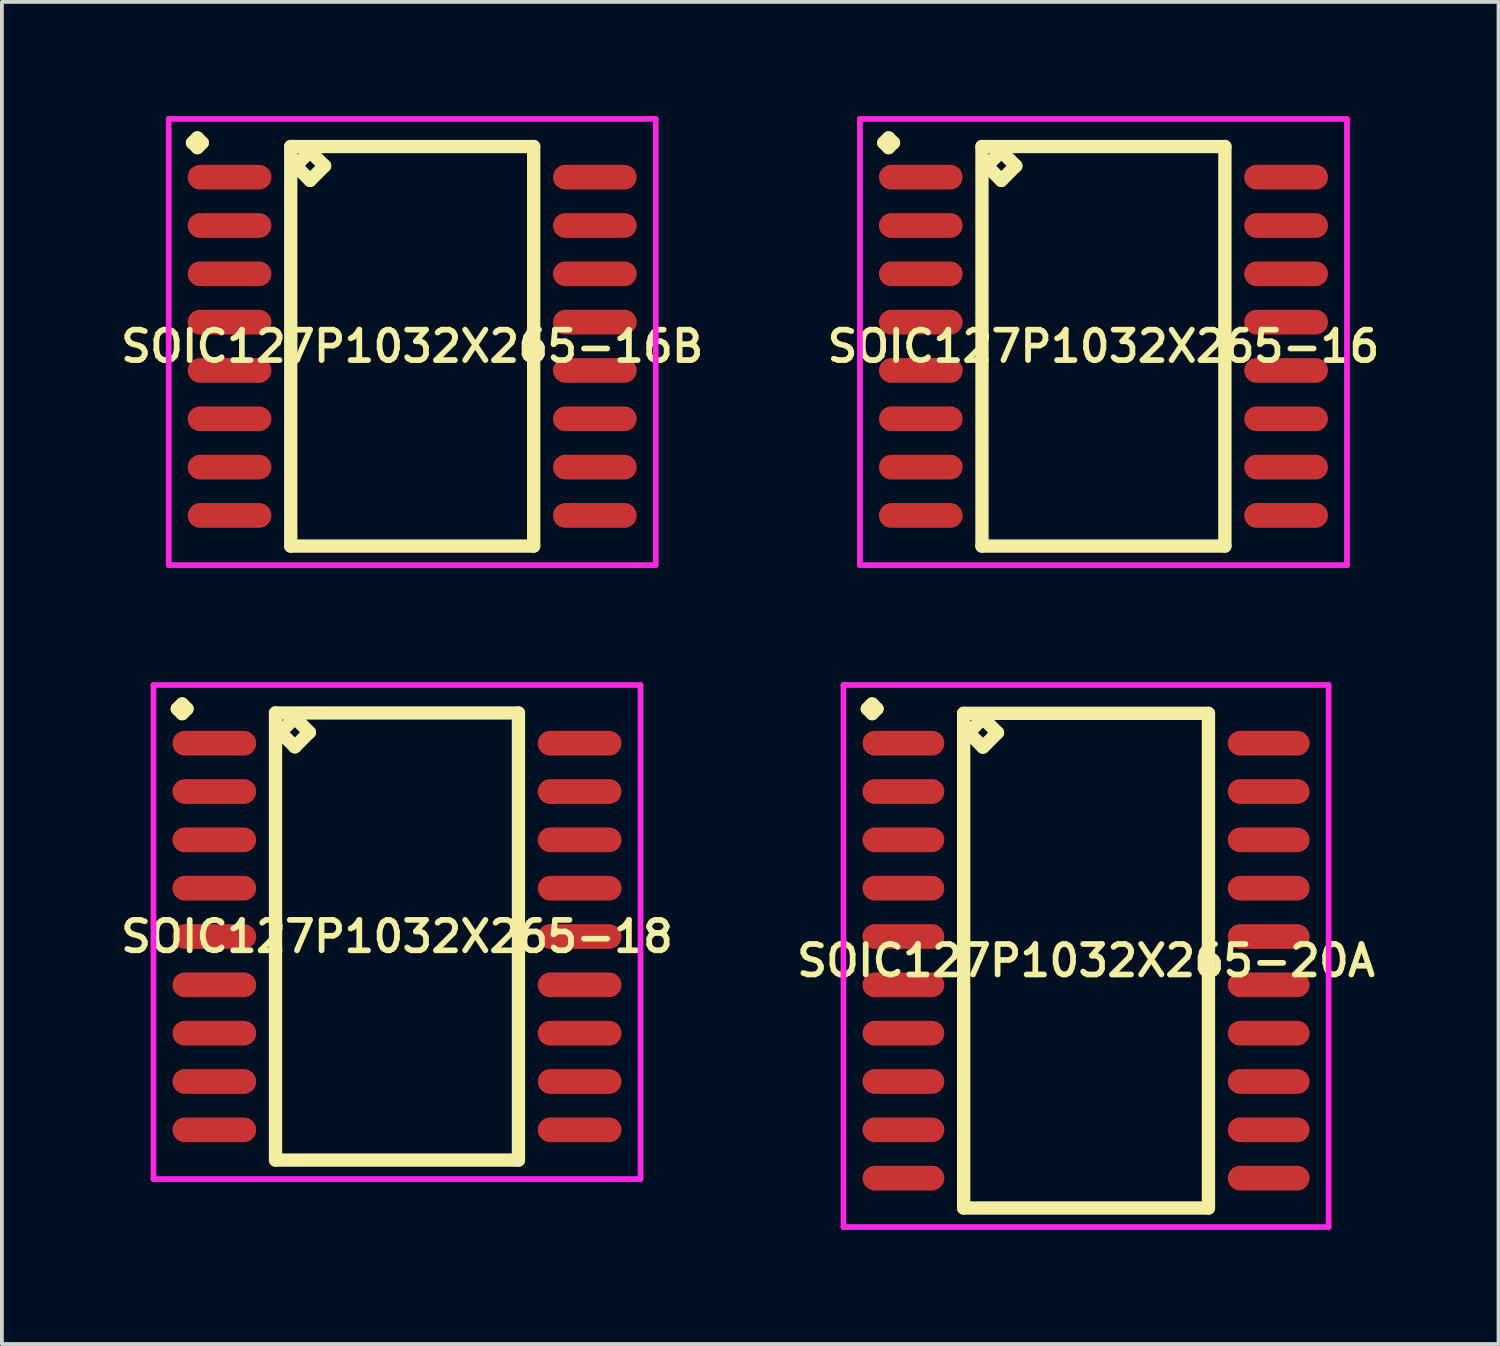
<source format=kicad_pcb>
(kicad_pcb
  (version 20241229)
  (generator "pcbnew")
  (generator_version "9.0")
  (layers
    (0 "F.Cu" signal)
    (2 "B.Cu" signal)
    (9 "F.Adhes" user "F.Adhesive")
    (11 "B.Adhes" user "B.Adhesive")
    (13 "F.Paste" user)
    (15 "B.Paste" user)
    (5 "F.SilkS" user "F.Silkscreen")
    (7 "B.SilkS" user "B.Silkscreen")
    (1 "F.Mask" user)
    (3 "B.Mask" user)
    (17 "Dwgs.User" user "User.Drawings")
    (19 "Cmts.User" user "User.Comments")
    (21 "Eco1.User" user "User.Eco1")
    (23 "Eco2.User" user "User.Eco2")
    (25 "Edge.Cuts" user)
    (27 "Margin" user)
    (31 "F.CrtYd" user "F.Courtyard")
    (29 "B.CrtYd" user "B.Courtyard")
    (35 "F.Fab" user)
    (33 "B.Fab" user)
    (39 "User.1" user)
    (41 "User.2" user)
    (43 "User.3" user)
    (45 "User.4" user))
  (footprint "SOIC127P1032X265-18"
    (layer "F.Cu")
    (at 7.383 21.562)
    (property "Reference" "SOIC127P1032X265-18" (at 0 0 0) (layer "F.SilkS") (effects (font (size 0.8 0.8) (thickness 0.15))))
    (attr smd)
    (fp_line (start -5.773 -5.984) (end -5.646 -6.111) (stroke (width 0.35) (type solid)) (layer "F.SilkS"))
    (fp_line (start -5.646 -6.111) (end -5.519 -5.984) (stroke (width 0.35) (type solid)) (layer "F.SilkS"))
    (fp_line (start -5.646 -5.857) (end -5.773 -5.984) (stroke (width 0.35) (type solid)) (layer "F.SilkS"))
    (fp_line (start -5.519 -5.984) (end -5.646 -5.857) (stroke (width 0.35) (type solid)) (layer "F.SilkS"))
    (fp_line (start -3.192 -5.875) (end -3.192 5.875) (stroke (width 0.35) (type solid)) (layer "F.SilkS"))
    (fp_line (start -3.192 5.875) (end 3.192 5.875) (stroke (width 0.35) (type solid)) (layer "F.SilkS"))
    (fp_line (start -3.065 -5.367) (end -2.684 -5.748) (stroke (width 0.35) (type solid)) (layer "F.SilkS"))
    (fp_line (start -2.684 -5.748) (end -2.303 -5.367) (stroke (width 0.35) (type solid)) (layer "F.SilkS"))
    (fp_line (start -2.684 -4.986) (end -3.065 -5.367) (stroke (width 0.35) (type solid)) (layer "F.SilkS"))
    (fp_line (start -2.303 -5.367) (end -2.684 -4.986) (stroke (width 0.35) (type solid)) (layer "F.SilkS"))
    (fp_line (start 3.192 -5.875) (end -3.192 -5.875) (stroke (width 0.35) (type solid)) (layer "F.SilkS"))
    (fp_line (start 3.192 5.875) (end 3.192 -5.875) (stroke (width 0.35) (type solid)) (layer "F.SilkS"))
    (fp_line (start -6.4 -6.611) (end 6.4 -6.611) (stroke (width 0.15) (type solid)) (layer "F.CrtYd"))
    (fp_line (start -6.4 6.375) (end -6.4 -6.611) (stroke (width 0.15) (type solid)) (layer "F.CrtYd"))
    (fp_line (start 6.4 -6.611) (end 6.4 6.375) (stroke (width 0.15) (type solid)) (layer "F.CrtYd"))
    (fp_line (start 6.4 6.375) (end -6.4 6.375) (stroke (width 0.15) (type solid)) (layer "F.CrtYd"))
    (pad "1" smd oval (at -4.8 -5.08) (size 2.2 0.65) (layers "F.Cu" "F.Mask" "F.Paste"))
    (pad "2" smd oval (at -4.8 -3.81) (size 2.2 0.65) (layers "F.Cu" "F.Mask" "F.Paste"))
    (pad "3" smd oval (at -4.8 -2.54) (size 2.2 0.65) (layers "F.Cu" "F.Mask" "F.Paste"))
    (pad "4" smd oval (at -4.8 -1.27) (size 2.2 0.65) (layers "F.Cu" "F.Mask" "F.Paste"))
    (pad "5" smd oval (at -4.8 0) (size 2.2 0.65) (layers "F.Cu" "F.Mask" "F.Paste"))
    (pad "6" smd oval (at -4.8 1.27) (size 2.2 0.65) (layers "F.Cu" "F.Mask" "F.Paste"))
    (pad "7" smd oval (at -4.8 2.54) (size 2.2 0.65) (layers "F.Cu" "F.Mask" "F.Paste"))
    (pad "8" smd oval (at -4.8 3.81) (size 2.2 0.65) (layers "F.Cu" "F.Mask" "F.Paste"))
    (pad "9" smd oval (at -4.8 5.08) (size 2.2 0.65) (layers "F.Cu" "F.Mask" "F.Paste"))
    (pad "10" smd oval (at 4.8 5.08) (size 2.2 0.65) (layers "F.Cu" "F.Mask" "F.Paste"))
    (pad "11" smd oval (at 4.8 3.81) (size 2.2 0.65) (layers "F.Cu" "F.Mask" "F.Paste"))
    (pad "12" smd oval (at 4.8 2.54) (size 2.2 0.65) (layers "F.Cu" "F.Mask" "F.Paste"))
    (pad "13" smd oval (at 4.8 1.27) (size 2.2 0.65) (layers "F.Cu" "F.Mask" "F.Paste"))
    (pad "14" smd oval (at 4.8 0) (size 2.2 0.65) (layers "F.Cu" "F.Mask" "F.Paste"))
    (pad "15" smd oval (at 4.8 -1.27) (size 2.2 0.65) (layers "F.Cu" "F.Mask" "F.Paste"))
    (pad "16" smd oval (at 4.8 -2.54) (size 2.2 0.65) (layers "F.Cu" "F.Mask" "F.Paste"))
    (pad "17" smd oval (at 4.8 -3.81) (size 2.2 0.65) (layers "F.Cu" "F.Mask" "F.Paste"))
    (pad "18" smd oval (at 4.8 -5.08) (size 2.2 0.65) (layers "F.Cu" "F.Mask" "F.Paste")))
  (footprint "SOIC127P1032X265-20A"
    (layer "F.Cu")
    (at 25.492 22.197)
    (property "Reference" "SOIC127P1032X265-20A" (at 0 0 0) (layer "F.SilkS") (effects (font (size 0.8 0.8) (thickness 0.15))))
    (attr smd)
    (fp_line (start -5.748 -6.619) (end -5.621 -6.746) (stroke (width 0.35) (type solid)) (layer "F.SilkS"))
    (fp_line (start -5.621 -6.746) (end -5.494 -6.619) (stroke (width 0.35) (type solid)) (layer "F.SilkS"))
    (fp_line (start -5.621 -6.492) (end -5.748 -6.619) (stroke (width 0.35) (type solid)) (layer "F.SilkS"))
    (fp_line (start -5.494 -6.619) (end -5.621 -6.492) (stroke (width 0.35) (type solid)) (layer "F.SilkS"))
    (fp_line (start -3.217 -6.5) (end -3.217 6.5) (stroke (width 0.35) (type solid)) (layer "F.SilkS"))
    (fp_line (start -3.217 6.5) (end 3.217 6.5) (stroke (width 0.35) (type solid)) (layer "F.SilkS"))
    (fp_line (start -3.09 -5.992) (end -2.709 -6.373) (stroke (width 0.35) (type solid)) (layer "F.SilkS"))
    (fp_line (start -2.709 -6.373) (end -2.328 -5.992) (stroke (width 0.35) (type solid)) (layer "F.SilkS"))
    (fp_line (start -2.709 -5.611) (end -3.09 -5.992) (stroke (width 0.35) (type solid)) (layer "F.SilkS"))
    (fp_line (start -2.328 -5.992) (end -2.709 -5.611) (stroke (width 0.35) (type solid)) (layer "F.SilkS"))
    (fp_line (start 3.217 -6.5) (end -3.217 -6.5) (stroke (width 0.35) (type solid)) (layer "F.SilkS"))
    (fp_line (start 3.217 6.5) (end 3.217 -6.5) (stroke (width 0.35) (type solid)) (layer "F.SilkS"))
    (fp_line (start -6.375 -7.246) (end 6.375 -7.246) (stroke (width 0.15) (type solid)) (layer "F.CrtYd"))
    (fp_line (start -6.375 7) (end -6.375 -7.246) (stroke (width 0.15) (type solid)) (layer "F.CrtYd"))
    (fp_line (start 6.375 -7.246) (end 6.375 7) (stroke (width 0.15) (type solid)) (layer "F.CrtYd"))
    (fp_line (start 6.375 7) (end -6.375 7) (stroke (width 0.15) (type solid)) (layer "F.CrtYd"))
    (pad "1" smd oval (at -4.8 -5.715) (size 2.15 0.65) (layers "F.Cu" "F.Mask" "F.Paste"))
    (pad "2" smd oval (at -4.8 -4.445) (size 2.15 0.65) (layers "F.Cu" "F.Mask" "F.Paste"))
    (pad "3" smd oval (at -4.8 -3.175) (size 2.15 0.65) (layers "F.Cu" "F.Mask" "F.Paste"))
    (pad "4" smd oval (at -4.8 -1.905) (size 2.15 0.65) (layers "F.Cu" "F.Mask" "F.Paste"))
    (pad "5" smd oval (at -4.8 -0.635) (size 2.15 0.65) (layers "F.Cu" "F.Mask" "F.Paste"))
    (pad "6" smd oval (at -4.8 0.635) (size 2.15 0.65) (layers "F.Cu" "F.Mask" "F.Paste"))
    (pad "7" smd oval (at -4.8 1.905) (size 2.15 0.65) (layers "F.Cu" "F.Mask" "F.Paste"))
    (pad "8" smd oval (at -4.8 3.175) (size 2.15 0.65) (layers "F.Cu" "F.Mask" "F.Paste"))
    (pad "9" smd oval (at -4.8 4.445) (size 2.15 0.65) (layers "F.Cu" "F.Mask" "F.Paste"))
    (pad "10" smd oval (at -4.8 5.715) (size 2.15 0.65) (layers "F.Cu" "F.Mask" "F.Paste"))
    (pad "11" smd oval (at 4.8 5.715) (size 2.15 0.65) (layers "F.Cu" "F.Mask" "F.Paste"))
    (pad "12" smd oval (at 4.8 4.445) (size 2.15 0.65) (layers "F.Cu" "F.Mask" "F.Paste"))
    (pad "13" smd oval (at 4.8 3.175) (size 2.15 0.65) (layers "F.Cu" "F.Mask" "F.Paste"))
    (pad "14" smd oval (at 4.8 1.905) (size 2.15 0.65) (layers "F.Cu" "F.Mask" "F.Paste"))
    (pad "15" smd oval (at 4.8 0.635) (size 2.15 0.65) (layers "F.Cu" "F.Mask" "F.Paste"))
    (pad "16" smd oval (at 4.8 -0.635) (size 2.15 0.65) (layers "F.Cu" "F.Mask" "F.Paste"))
    (pad "17" smd oval (at 4.8 -1.905) (size 2.15 0.65) (layers "F.Cu" "F.Mask" "F.Paste"))
    (pad "18" smd oval (at 4.8 -3.175) (size 2.15 0.65) (layers "F.Cu" "F.Mask" "F.Paste"))
    (pad "19" smd oval (at 4.8 -4.445) (size 2.15 0.65) (layers "F.Cu" "F.Mask" "F.Paste"))
    (pad "20" smd oval (at 4.8 -5.715) (size 2.15 0.65) (layers "F.Cu" "F.Mask" "F.Paste")))
  (footprint "SOIC127P1032X265-16B"
    (layer "F.Cu")
    (at 7.783 6.051)
    (property "Reference" "SOIC127P1032X265-16B" (at 0 0 0) (layer "F.SilkS") (effects (font (size 0.8 0.8) (thickness 0.15))))
    (attr smd)
    (fp_line (start -5.773 -5.349) (end -5.646 -5.476) (stroke (width 0.35) (type solid)) (layer "F.SilkS"))
    (fp_line (start -5.646 -5.476) (end -5.519 -5.349) (stroke (width 0.35) (type solid)) (layer "F.SilkS"))
    (fp_line (start -5.646 -5.222) (end -5.773 -5.349) (stroke (width 0.35) (type solid)) (layer "F.SilkS"))
    (fp_line (start -5.519 -5.349) (end -5.646 -5.222) (stroke (width 0.35) (type solid)) (layer "F.SilkS"))
    (fp_line (start -3.192 -5.25) (end -3.192 5.25) (stroke (width 0.35) (type solid)) (layer "F.SilkS"))
    (fp_line (start -3.192 5.25) (end 3.192 5.25) (stroke (width 0.35) (type solid)) (layer "F.SilkS"))
    (fp_line (start -3.065 -4.742) (end -2.684 -5.123) (stroke (width 0.35) (type solid)) (layer "F.SilkS"))
    (fp_line (start -2.684 -5.123) (end -2.303 -4.742) (stroke (width 0.35) (type solid)) (layer "F.SilkS"))
    (fp_line (start -2.684 -4.361) (end -3.065 -4.742) (stroke (width 0.35) (type solid)) (layer "F.SilkS"))
    (fp_line (start -2.303 -4.742) (end -2.684 -4.361) (stroke (width 0.35) (type solid)) (layer "F.SilkS"))
    (fp_line (start 3.192 -5.25) (end -3.192 -5.25) (stroke (width 0.35) (type solid)) (layer "F.SilkS"))
    (fp_line (start 3.192 5.25) (end 3.192 -5.25) (stroke (width 0.35) (type solid)) (layer "F.SilkS"))
    (fp_line (start -6.4 -5.976) (end 6.4 -5.976) (stroke (width 0.15) (type solid)) (layer "F.CrtYd"))
    (fp_line (start -6.4 5.75) (end -6.4 -5.976) (stroke (width 0.15) (type solid)) (layer "F.CrtYd"))
    (fp_line (start 6.4 -5.976) (end 6.4 5.75) (stroke (width 0.15) (type solid)) (layer "F.CrtYd"))
    (fp_line (start 6.4 5.75) (end -6.4 5.75) (stroke (width 0.15) (type solid)) (layer "F.CrtYd"))
    (pad "1" smd oval (at -4.8 -4.445) (size 2.2 0.65) (layers "F.Cu" "F.Mask" "F.Paste"))
    (pad "2" smd oval (at -4.8 -3.175) (size 2.2 0.65) (layers "F.Cu" "F.Mask" "F.Paste"))
    (pad "3" smd oval (at -4.8 -1.905) (size 2.2 0.65) (layers "F.Cu" "F.Mask" "F.Paste"))
    (pad "4" smd oval (at -4.8 -0.635) (size 2.2 0.65) (layers "F.Cu" "F.Mask" "F.Paste"))
    (pad "5" smd oval (at -4.8 0.635) (size 2.2 0.65) (layers "F.Cu" "F.Mask" "F.Paste"))
    (pad "6" smd oval (at -4.8 1.905) (size 2.2 0.65) (layers "F.Cu" "F.Mask" "F.Paste"))
    (pad "7" smd oval (at -4.8 3.175) (size 2.2 0.65) (layers "F.Cu" "F.Mask" "F.Paste"))
    (pad "8" smd oval (at -4.8 4.445) (size 2.2 0.65) (layers "F.Cu" "F.Mask" "F.Paste"))
    (pad "9" smd oval (at 4.8 4.445) (size 2.2 0.65) (layers "F.Cu" "F.Mask" "F.Paste"))
    (pad "10" smd oval (at 4.8 3.175) (size 2.2 0.65) (layers "F.Cu" "F.Mask" "F.Paste"))
    (pad "11" smd oval (at 4.8 1.905) (size 2.2 0.65) (layers "F.Cu" "F.Mask" "F.Paste"))
    (pad "12" smd oval (at 4.8 0.635) (size 2.2 0.65) (layers "F.Cu" "F.Mask" "F.Paste"))
    (pad "13" smd oval (at 4.8 -0.635) (size 2.2 0.65) (layers "F.Cu" "F.Mask" "F.Paste"))
    (pad "14" smd oval (at 4.8 -1.905) (size 2.2 0.65) (layers "F.Cu" "F.Mask" "F.Paste"))
    (pad "15" smd oval (at 4.8 -3.175) (size 2.2 0.65) (layers "F.Cu" "F.Mask" "F.Paste"))
    (pad "16" smd oval (at 4.8 -4.445) (size 2.2 0.65) (layers "F.Cu" "F.Mask" "F.Paste")))
  (footprint "SOIC127P1032X265-16"
    (layer "F.Cu")
    (at 25.949 6.051)
    (property "Reference" "SOIC127P1032X265-16" (at 0 0 0) (layer "F.SilkS") (effects (font (size 0.8 0.8) (thickness 0.15))))
    (attr through_hole)
    (fp_line (start -5.773 -5.349) (end -5.646 -5.476) (stroke (width 0.35) (type solid)) (layer "F.SilkS"))
    (fp_line (start -5.646 -5.476) (end -5.519 -5.349) (stroke (width 0.35) (type solid)) (layer "F.SilkS"))
    (fp_line (start -5.646 -5.222) (end -5.773 -5.349) (stroke (width 0.35) (type solid)) (layer "F.SilkS"))
    (fp_line (start -5.519 -5.349) (end -5.646 -5.222) (stroke (width 0.35) (type solid)) (layer "F.SilkS"))
    (fp_line (start -3.192 -5.25) (end -3.192 5.25) (stroke (width 0.35) (type solid)) (layer "F.SilkS"))
    (fp_line (start -3.192 5.25) (end 3.192 5.25) (stroke (width 0.35) (type solid)) (layer "F.SilkS"))
    (fp_line (start -3.065 -4.742) (end -2.684 -5.123) (stroke (width 0.35) (type solid)) (layer "F.SilkS"))
    (fp_line (start -2.684 -5.123) (end -2.303 -4.742) (stroke (width 0.35) (type solid)) (layer "F.SilkS"))
    (fp_line (start -2.684 -4.361) (end -3.065 -4.742) (stroke (width 0.35) (type solid)) (layer "F.SilkS"))
    (fp_line (start -2.303 -4.742) (end -2.684 -4.361) (stroke (width 0.35) (type solid)) (layer "F.SilkS"))
    (fp_line (start 3.192 -5.25) (end -3.192 -5.25) (stroke (width 0.35) (type solid)) (layer "F.SilkS"))
    (fp_line (start 3.192 5.25) (end 3.192 -5.25) (stroke (width 0.35) (type solid)) (layer "F.SilkS"))
    (fp_line (start -6.4 -5.976) (end 6.4 -5.976) (stroke (width 0.15) (type solid)) (layer "F.CrtYd"))
    (fp_line (start -6.4 5.75) (end -6.4 -5.976) (stroke (width 0.15) (type solid)) (layer "F.CrtYd"))
    (fp_line (start 6.4 -5.976) (end 6.4 5.75) (stroke (width 0.15) (type solid)) (layer "F.CrtYd"))
    (fp_line (start 6.4 5.75) (end -6.4 5.75) (stroke (width 0.15) (type solid)) (layer "F.CrtYd"))
    (pad "1" smd oval (at -4.8 -4.445) (size 2.2 0.65) (layers "F.Cu" "F.Mask" "F.Paste"))
    (pad "2" smd oval (at -4.8 -3.175) (size 2.2 0.65) (layers "F.Cu" "F.Mask" "F.Paste"))
    (pad "3" smd oval (at -4.8 -1.905) (size 2.2 0.65) (layers "F.Cu" "F.Mask" "F.Paste"))
    (pad "4" smd oval (at -4.8 -0.635) (size 2.2 0.65) (layers "F.Cu" "F.Mask" "F.Paste"))
    (pad "5" smd oval (at -4.8 0.635) (size 2.2 0.65) (layers "F.Cu" "F.Mask" "F.Paste"))
    (pad "6" smd oval (at -4.8 1.905) (size 2.2 0.65) (layers "F.Cu" "F.Mask" "F.Paste"))
    (pad "7" smd oval (at -4.8 3.175) (size 2.2 0.65) (layers "F.Cu" "F.Mask" "F.Paste"))
    (pad "8" smd oval (at -4.8 4.445) (size 2.2 0.65) (layers "F.Cu" "F.Mask" "F.Paste"))
    (pad "9" smd oval (at 4.8 4.445) (size 2.2 0.65) (layers "F.Cu" "F.Mask" "F.Paste"))
    (pad "10" smd oval (at 4.8 3.175) (size 2.2 0.65) (layers "F.Cu" "F.Mask" "F.Paste"))
    (pad "11" smd oval (at 4.8 1.905) (size 2.2 0.65) (layers "F.Cu" "F.Mask" "F.Paste"))
    (pad "12" smd oval (at 4.8 0.635) (size 2.2 0.65) (layers "F.Cu" "F.Mask" "F.Paste"))
    (pad "13" smd oval (at 4.8 -0.635) (size 2.2 0.65) (layers "F.Cu" "F.Mask" "F.Paste"))
    (pad "14" smd oval (at 4.8 -1.905) (size 2.2 0.65) (layers "F.Cu" "F.Mask" "F.Paste"))
    (pad "15" smd oval (at 4.8 -3.175) (size 2.2 0.65) (layers "F.Cu" "F.Mask" "F.Paste"))
    (pad "16" smd oval (at 4.8 -4.445) (size 2.2 0.65) (layers "F.Cu" "F.Mask" "F.Paste")))
  (gr_rect
    (start -3 -3)
    (end 36.332 32.272)
    (stroke (width 0.1) (type default))
    (fill no)
    (layer "Edge.Cuts")))
</source>
